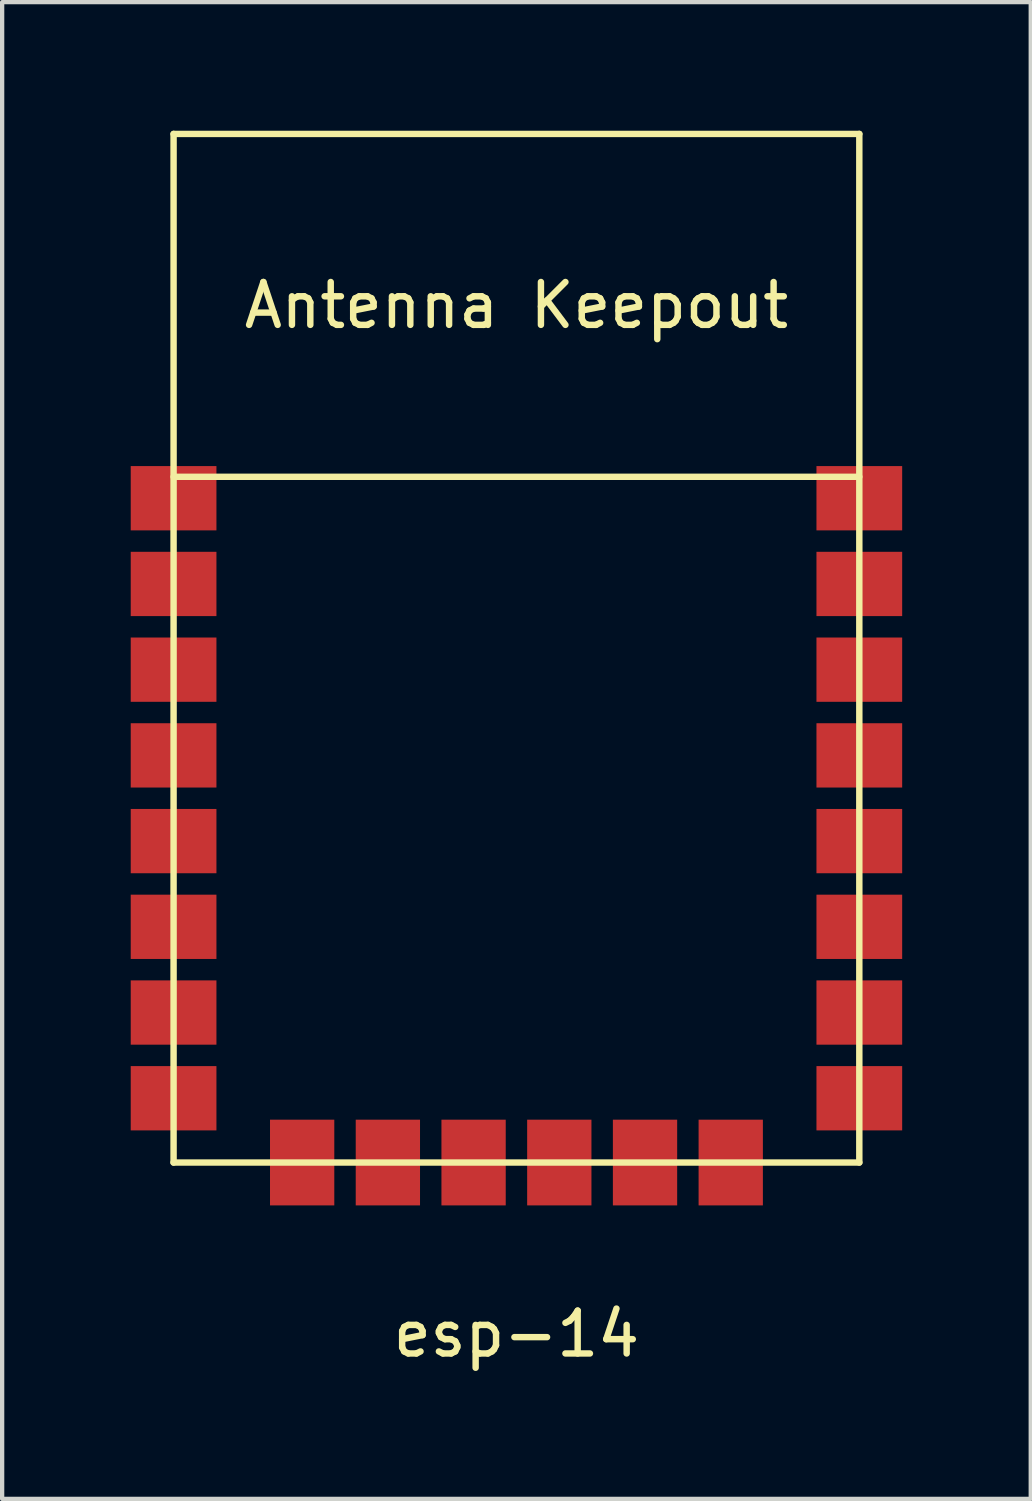
<source format=kicad_pcb>
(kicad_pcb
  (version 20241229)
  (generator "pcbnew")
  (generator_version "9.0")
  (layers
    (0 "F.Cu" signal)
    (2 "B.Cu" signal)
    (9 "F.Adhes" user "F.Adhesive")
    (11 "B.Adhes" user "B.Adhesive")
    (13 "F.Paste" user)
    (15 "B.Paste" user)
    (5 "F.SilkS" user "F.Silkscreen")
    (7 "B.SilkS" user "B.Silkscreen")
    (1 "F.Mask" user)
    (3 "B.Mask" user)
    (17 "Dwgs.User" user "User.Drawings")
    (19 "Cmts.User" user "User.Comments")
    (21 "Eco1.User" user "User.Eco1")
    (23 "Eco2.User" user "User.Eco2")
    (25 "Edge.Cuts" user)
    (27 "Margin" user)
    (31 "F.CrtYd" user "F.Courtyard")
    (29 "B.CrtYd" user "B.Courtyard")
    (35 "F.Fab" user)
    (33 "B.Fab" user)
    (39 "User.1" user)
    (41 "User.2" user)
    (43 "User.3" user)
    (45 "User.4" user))
  (footprint "esp-14"
    (layer "F.Cu")
    (at 8 10.075)
    (property "Reference" "esp-14" (at 1 18 0) (layer "F.SilkS") (effects (font (size 1 1) (thickness 0.15))))
    (attr through_hole)
    (fp_line (start -7 -10) (end -7 14) (stroke (width 0.15) (type solid)) (layer "F.SilkS"))
    (fp_line (start -7 -2) (end 9 -2) (stroke (width 0.15) (type solid)) (layer "F.SilkS"))
    (fp_line (start -7 14) (end 9 14) (stroke (width 0.15) (type solid)) (layer "F.SilkS"))
    (fp_line (start 9 -10) (end -7 -10) (stroke (width 0.15) (type solid)) (layer "F.SilkS"))
    (fp_line (start 9 14) (end 9 -10) (stroke (width 0.15) (type solid)) (layer "F.SilkS"))
    (fp_text user "Antenna Keepout" (at 1 -6 0) (layer "F.SilkS") (effects (font (size 1 1) (thickness 0.15))))
    (pad "1" smd rect (at -7 -1.5) (size 2 1.5) (layers "F.Cu" "F.Mask" "F.Paste"))
    (pad "2" smd rect (at -7 0.5) (size 2 1.5) (layers "F.Cu" "F.Mask" "F.Paste"))
    (pad "3" smd rect (at -7 2.5) (size 2 1.5) (layers "F.Cu" "F.Mask" "F.Paste"))
    (pad "4" smd rect (at -7 4.5) (size 2 1.5) (layers "F.Cu" "F.Mask" "F.Paste"))
    (pad "5" smd rect (at -7 6.5) (size 2 1.5) (layers "F.Cu" "F.Mask" "F.Paste"))
    (pad "6" smd rect (at -7 8.5) (size 2 1.5) (layers "F.Cu" "F.Mask" "F.Paste"))
    (pad "7" smd rect (at -7 10.5) (size 2 1.5) (layers "F.Cu" "F.Mask" "F.Paste"))
    (pad "8" smd rect (at -7 12.5) (size 2 1.5) (layers "F.Cu" "F.Mask" "F.Paste"))
    (pad "9" smd rect (at -4 14) (size 1.5 2) (layers "F.Cu" "F.Mask" "F.Paste"))
    (pad "10" smd rect (at -2 14) (size 1.5 2) (layers "F.Cu" "F.Mask" "F.Paste"))
    (pad "11" smd rect (at 0 14) (size 1.5 2) (layers "F.Cu" "F.Mask" "F.Paste"))
    (pad "12" smd rect (at 2 14) (size 1.5 2) (layers "F.Cu" "F.Mask" "F.Paste"))
    (pad "13" smd rect (at 4 14) (size 1.5 2) (layers "F.Cu" "F.Mask" "F.Paste"))
    (pad "14" smd rect (at 6 14) (size 1.5 2) (layers "F.Cu" "F.Mask" "F.Paste"))
    (pad "15" smd rect (at 9 12.5) (size 2 1.5) (layers "F.Cu" "F.Mask" "F.Paste"))
    (pad "16" smd rect (at 9 10.5) (size 2 1.5) (layers "F.Cu" "F.Mask" "F.Paste"))
    (pad "17" smd rect (at 9 8.5) (size 2 1.5) (layers "F.Cu" "F.Mask" "F.Paste"))
    (pad "18" smd rect (at 9 6.5) (size 2 1.5) (layers "F.Cu" "F.Mask" "F.Paste"))
    (pad "19" smd rect (at 9 4.5) (size 2 1.5) (layers "F.Cu" "F.Mask" "F.Paste"))
    (pad "20" smd rect (at 9 2.5) (size 2 1.5) (layers "F.Cu" "F.Mask" "F.Paste"))
    (pad "21" smd rect (at 9 0.5) (size 2 1.5) (layers "F.Cu" "F.Mask" "F.Paste"))
    (pad "22" smd rect (at 9 -1.5) (size 2 1.5) (layers "F.Cu" "F.Mask" "F.Paste")))
  (gr_rect
    (start -3 -3)
    (end 21 31.923)
    (stroke (width 0.1) (type default))
    (fill no)
    (layer "Edge.Cuts")))
</source>
